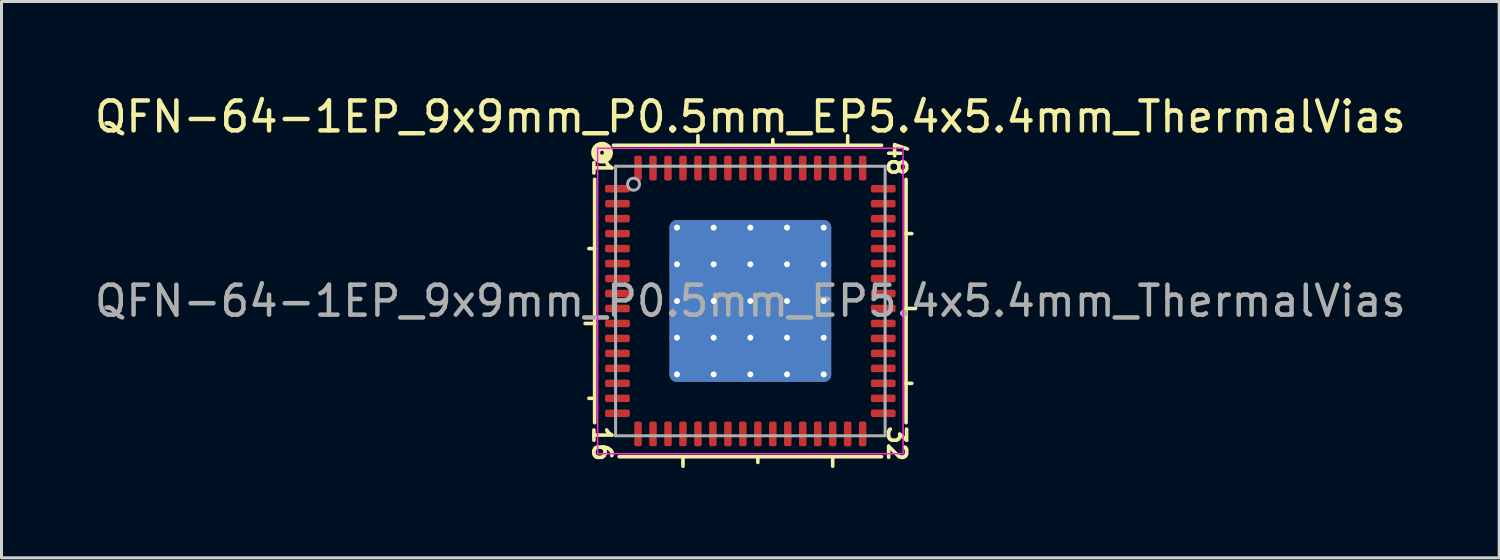
<source format=kicad_pcb>
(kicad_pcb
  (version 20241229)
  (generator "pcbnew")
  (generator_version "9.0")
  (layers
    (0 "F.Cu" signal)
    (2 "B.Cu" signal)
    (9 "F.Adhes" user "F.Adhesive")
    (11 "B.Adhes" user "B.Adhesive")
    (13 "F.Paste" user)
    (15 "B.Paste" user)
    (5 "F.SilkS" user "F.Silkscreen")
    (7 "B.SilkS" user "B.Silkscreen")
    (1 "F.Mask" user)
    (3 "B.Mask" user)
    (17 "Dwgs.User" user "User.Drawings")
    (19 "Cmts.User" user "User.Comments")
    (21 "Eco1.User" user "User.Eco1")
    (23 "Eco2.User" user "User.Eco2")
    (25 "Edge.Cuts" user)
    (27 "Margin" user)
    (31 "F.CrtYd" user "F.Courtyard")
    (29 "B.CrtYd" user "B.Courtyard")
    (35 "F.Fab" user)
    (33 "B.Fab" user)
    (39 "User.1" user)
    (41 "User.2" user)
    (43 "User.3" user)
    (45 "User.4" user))
  (footprint "QFN-64-1EP_9x9mm_P0.5mm_EP5.4x5.4mm_ThermalVias"
    (layer "F.Cu")
    (at 22.006 7.001)
    (property "Reference" "QFN-64-1EP_9x9mm_P0.5mm_EP5.4x5.4mm_ThermalVias" (at 0 -6.152 0) (layer "F.SilkS") (effects (font (size 1 1) (thickness 0.15))))
    (attr smd)
    (fp_line (start -5.2 -4.064) (end -5.2 4.064) (stroke (width 0.12) (type solid)) (layer "F.SilkS"))
    (fp_line (start -5.2 -1.75) (end -5.391 -1.75) (stroke (width 0.12) (type solid)) (layer "F.SilkS"))
    (fp_line (start -5.2 0.75) (end -5.518 0.75) (stroke (width 0.12) (type solid)) (layer "F.SilkS"))
    (fp_line (start -5.2 3.25) (end -5.391 3.25) (stroke (width 0.12) (type solid)) (layer "F.SilkS"))
    (fp_line (start -4.381 5.2) (end 4.381 5.2) (stroke (width 0.12) (type solid)) (layer "F.SilkS"))
    (fp_line (start -2.25 5.2) (end -2.25 5.518) (stroke (width 0.12) (type solid)) (layer "F.SilkS"))
    (fp_line (start -1.75 -5.2) (end -1.75 -5.518) (stroke (width 0.12) (type solid)) (layer "F.SilkS"))
    (fp_line (start 0.25 5.2) (end 0.25 5.391) (stroke (width 0.12) (type solid)) (layer "F.SilkS"))
    (fp_line (start 0.75 -5.2) (end 0.75 -5.391) (stroke (width 0.12) (type solid)) (layer "F.SilkS"))
    (fp_line (start 2.75 5.2) (end 2.75 5.518) (stroke (width 0.12) (type solid)) (layer "F.SilkS"))
    (fp_line (start 3.25 -5.2) (end 3.25 -5.518) (stroke (width 0.12) (type solid)) (layer "F.SilkS"))
    (fp_line (start 4.381 -5.2) (end -4.572 -5.2) (stroke (width 0.12) (type solid)) (layer "F.SilkS"))
    (fp_line (start 5.2 -2.25) (end 5.391 -2.25) (stroke (width 0.12) (type solid)) (layer "F.SilkS"))
    (fp_line (start 5.2 0.25) (end 5.518 0.25) (stroke (width 0.12) (type solid)) (layer "F.SilkS"))
    (fp_line (start 5.2 2.75) (end 5.391 2.75) (stroke (width 0.12) (type solid)) (layer "F.SilkS"))
    (fp_line (start 5.2 4.064) (end 5.2 -4.064) (stroke (width 0.12) (type solid)) (layer "F.SilkS"))
    (fp_circle (center -4.953 -4.953) (end -4.889 -4.953) (stroke (width 0.3) (type solid)) (fill no) (layer "F.SilkS"))
    (fp_line (start -5.1 -5.1) (end -5.1 5.1) (stroke (width 0.05) (type solid)) (layer "F.CrtYd"))
    (fp_line (start -5.1 5.1) (end 5.1 5.1) (stroke (width 0.05) (type solid)) (layer "F.CrtYd"))
    (fp_line (start 5.1 -5.1) (end -5.1 -5.1) (stroke (width 0.05) (type solid)) (layer "F.CrtYd"))
    (fp_line (start 5.1 5.1) (end 5.1 -5.1) (stroke (width 0.05) (type solid)) (layer "F.CrtYd"))
    (fp_line (start -4.5 -4.5) (end 4.5 -4.5) (stroke (width 0.1) (type solid)) (layer "F.Fab"))
    (fp_line (start -4.5 4.5) (end -4.5 -4.5) (stroke (width 0.1) (type solid)) (layer "F.Fab"))
    (fp_line (start 4.5 -4.5) (end 4.5 4.5) (stroke (width 0.1) (type solid)) (layer "F.Fab"))
    (fp_line (start 4.5 4.5) (end -4.5 4.5) (stroke (width 0.1) (type solid)) (layer "F.Fab"))
    (fp_circle (center -3.9 -3.9) (end -3.7 -3.9) (stroke (width 0.1) (type solid)) (fill no) (layer "F.Fab"))
    (fp_text user "48" (at 4.889 -4.763 270) (unlocked yes) (layer "F.SilkS") (effects (font (size 0.6 0.6) (thickness 0.12))))
    (fp_text user "16" (at -4.953 4.763 270) (unlocked yes) (layer "F.SilkS") (effects (font (size 0.6 0.6) (thickness 0.12))))
    (fp_text user "32" (at 4.889 4.763 270) (unlocked yes) (layer "F.SilkS") (effects (font (size 0.6 0.6) (thickness 0.12))))
    (fp_text user "1" (at -4.953 -4.445 270) (unlocked yes) (layer "F.SilkS") (effects (font (size 0.6 0.6) (thickness 0.12))))
    (fp_text user "${REFERENCE}" (at 0 0 0) (layer "F.Fab") (effects (font (size 1 1) (thickness 0.15))))
    (pad "" smd roundrect (at -1.837 -1.837) (size 1.088 1.088) (layers "F.Paste") (roundrect_rratio 0.23))
    (pad "" smd roundrect (at -1.837 -0.613) (size 1.088 1.088) (layers "F.Paste") (roundrect_rratio 0.23))
    (pad "" smd roundrect (at -1.837 0.613) (size 1.088 1.088) (layers "F.Paste") (roundrect_rratio 0.23))
    (pad "" smd roundrect (at -1.837 1.837) (size 1.088 1.088) (layers "F.Paste") (roundrect_rratio 0.23))
    (pad "" smd roundrect (at -0.613 -1.837) (size 1.088 1.088) (layers "F.Paste") (roundrect_rratio 0.23))
    (pad "" smd roundrect (at -0.613 -0.613) (size 1.088 1.088) (layers "F.Paste") (roundrect_rratio 0.23))
    (pad "" smd roundrect (at -0.613 0.613) (size 1.088 1.088) (layers "F.Paste") (roundrect_rratio 0.23))
    (pad "" smd roundrect (at -0.613 1.837) (size 1.088 1.088) (layers "F.Paste") (roundrect_rratio 0.23))
    (pad "" smd roundrect (at 0.613 -1.837) (size 1.088 1.088) (layers "F.Paste") (roundrect_rratio 0.23))
    (pad "" smd roundrect (at 0.613 -0.613) (size 1.088 1.088) (layers "F.Paste") (roundrect_rratio 0.23))
    (pad "" smd roundrect (at 0.613 0.613) (size 1.088 1.088) (layers "F.Paste") (roundrect_rratio 0.23))
    (pad "" smd roundrect (at 0.613 1.837) (size 1.088 1.088) (layers "F.Paste") (roundrect_rratio 0.23))
    (pad "" smd roundrect (at 1.837 -1.837) (size 1.088 1.088) (layers "F.Paste") (roundrect_rratio 0.23))
    (pad "" smd roundrect (at 1.837 -0.613) (size 1.088 1.088) (layers "F.Paste") (roundrect_rratio 0.23))
    (pad "" smd roundrect (at 1.837 0.613) (size 1.088 1.088) (layers "F.Paste") (roundrect_rratio 0.23))
    (pad "" smd roundrect (at 1.837 1.837) (size 1.088 1.088) (layers "F.Paste") (roundrect_rratio 0.23))
    (pad "1" smd roundrect (at -4.438 -3.75) (size 0.825 0.25) (layers "F.Cu" "F.Mask" "F.Paste") (roundrect_rratio 0.25))
    (pad "2" smd roundrect (at -4.438 -3.25) (size 0.825 0.25) (layers "F.Cu" "F.Mask" "F.Paste") (roundrect_rratio 0.25))
    (pad "3" smd roundrect (at -4.438 -2.75) (size 0.825 0.25) (layers "F.Cu" "F.Mask" "F.Paste") (roundrect_rratio 0.25))
    (pad "4" smd roundrect (at -4.438 -2.25) (size 0.825 0.25) (layers "F.Cu" "F.Mask" "F.Paste") (roundrect_rratio 0.25))
    (pad "5" smd roundrect (at -4.438 -1.75) (size 0.825 0.25) (layers "F.Cu" "F.Mask" "F.Paste") (roundrect_rratio 0.25))
    (pad "6" smd roundrect (at -4.438 -1.25) (size 0.825 0.25) (layers "F.Cu" "F.Mask" "F.Paste") (roundrect_rratio 0.25))
    (pad "7" smd roundrect (at -4.438 -0.75) (size 0.825 0.25) (layers "F.Cu" "F.Mask" "F.Paste") (roundrect_rratio 0.25))
    (pad "8" smd roundrect (at -4.438 -0.25) (size 0.825 0.25) (layers "F.Cu" "F.Mask" "F.Paste") (roundrect_rratio 0.25))
    (pad "9" smd roundrect (at -4.438 0.25) (size 0.825 0.25) (layers "F.Cu" "F.Mask" "F.Paste") (roundrect_rratio 0.25))
    (pad "10" smd roundrect (at -4.438 0.75) (size 0.825 0.25) (layers "F.Cu" "F.Mask" "F.Paste") (roundrect_rratio 0.25))
    (pad "11" smd roundrect (at -4.438 1.25) (size 0.825 0.25) (layers "F.Cu" "F.Mask" "F.Paste") (roundrect_rratio 0.25))
    (pad "12" smd roundrect (at -4.438 1.75) (size 0.825 0.25) (layers "F.Cu" "F.Mask" "F.Paste") (roundrect_rratio 0.25))
    (pad "13" smd roundrect (at -4.438 2.25) (size 0.825 0.25) (layers "F.Cu" "F.Mask" "F.Paste") (roundrect_rratio 0.25))
    (pad "14" smd roundrect (at -4.438 2.75) (size 0.825 0.25) (layers "F.Cu" "F.Mask" "F.Paste") (roundrect_rratio 0.25))
    (pad "15" smd roundrect (at -4.438 3.25) (size 0.825 0.25) (layers "F.Cu" "F.Mask" "F.Paste") (roundrect_rratio 0.25))
    (pad "16" smd roundrect (at -4.438 3.75) (size 0.825 0.25) (layers "F.Cu" "F.Mask" "F.Paste") (roundrect_rratio 0.25))
    (pad "17" smd roundrect (at -3.75 4.438) (size 0.25 0.825) (layers "F.Cu" "F.Mask" "F.Paste") (roundrect_rratio 0.25))
    (pad "18" smd roundrect (at -3.25 4.438) (size 0.25 0.825) (layers "F.Cu" "F.Mask" "F.Paste") (roundrect_rratio 0.25))
    (pad "19" smd roundrect (at -2.75 4.438) (size 0.25 0.825) (layers "F.Cu" "F.Mask" "F.Paste") (roundrect_rratio 0.25))
    (pad "20" smd roundrect (at -2.25 4.438) (size 0.25 0.825) (layers "F.Cu" "F.Mask" "F.Paste") (roundrect_rratio 0.25))
    (pad "21" smd roundrect (at -1.75 4.438) (size 0.25 0.825) (layers "F.Cu" "F.Mask" "F.Paste") (roundrect_rratio 0.25))
    (pad "22" smd roundrect (at -1.25 4.438) (size 0.25 0.825) (layers "F.Cu" "F.Mask" "F.Paste") (roundrect_rratio 0.25))
    (pad "23" smd roundrect (at -0.75 4.438) (size 0.25 0.825) (layers "F.Cu" "F.Mask" "F.Paste") (roundrect_rratio 0.25))
    (pad "24" smd roundrect (at -0.25 4.438) (size 0.25 0.825) (layers "F.Cu" "F.Mask" "F.Paste") (roundrect_rratio 0.25))
    (pad "25" smd roundrect (at 0.25 4.438) (size 0.25 0.825) (layers "F.Cu" "F.Mask" "F.Paste") (roundrect_rratio 0.25))
    (pad "26" smd roundrect (at 0.75 4.438) (size 0.25 0.825) (layers "F.Cu" "F.Mask" "F.Paste") (roundrect_rratio 0.25))
    (pad "27" smd roundrect (at 1.25 4.438) (size 0.25 0.825) (layers "F.Cu" "F.Mask" "F.Paste") (roundrect_rratio 0.25))
    (pad "28" smd roundrect (at 1.75 4.438) (size 0.25 0.825) (layers "F.Cu" "F.Mask" "F.Paste") (roundrect_rratio 0.25))
    (pad "29" smd roundrect (at 2.25 4.438) (size 0.25 0.825) (layers "F.Cu" "F.Mask" "F.Paste") (roundrect_rratio 0.25))
    (pad "30" smd roundrect (at 2.75 4.438) (size 0.25 0.825) (layers "F.Cu" "F.Mask" "F.Paste") (roundrect_rratio 0.25))
    (pad "31" smd roundrect (at 3.25 4.438) (size 0.25 0.825) (layers "F.Cu" "F.Mask" "F.Paste") (roundrect_rratio 0.25))
    (pad "32" smd roundrect (at 3.75 4.438) (size 0.25 0.825) (layers "F.Cu" "F.Mask" "F.Paste") (roundrect_rratio 0.25))
    (pad "33" smd roundrect (at 4.438 3.75) (size 0.825 0.25) (layers "F.Cu" "F.Mask" "F.Paste") (roundrect_rratio 0.25))
    (pad "34" smd roundrect (at 4.438 3.25) (size 0.825 0.25) (layers "F.Cu" "F.Mask" "F.Paste") (roundrect_rratio 0.25))
    (pad "35" smd roundrect (at 4.438 2.75) (size 0.825 0.25) (layers "F.Cu" "F.Mask" "F.Paste") (roundrect_rratio 0.25))
    (pad "36" smd roundrect (at 4.438 2.25) (size 0.825 0.25) (layers "F.Cu" "F.Mask" "F.Paste") (roundrect_rratio 0.25))
    (pad "37" smd roundrect (at 4.438 1.75) (size 0.825 0.25) (layers "F.Cu" "F.Mask" "F.Paste") (roundrect_rratio 0.25))
    (pad "38" smd roundrect (at 4.438 1.25) (size 0.825 0.25) (layers "F.Cu" "F.Mask" "F.Paste") (roundrect_rratio 0.25))
    (pad "39" smd roundrect (at 4.438 0.75) (size 0.825 0.25) (layers "F.Cu" "F.Mask" "F.Paste") (roundrect_rratio 0.25))
    (pad "40" smd roundrect (at 4.438 0.25) (size 0.825 0.25) (layers "F.Cu" "F.Mask" "F.Paste") (roundrect_rratio 0.25))
    (pad "41" smd roundrect (at 4.438 -0.25) (size 0.825 0.25) (layers "F.Cu" "F.Mask" "F.Paste") (roundrect_rratio 0.25))
    (pad "42" smd roundrect (at 4.438 -0.75) (size 0.825 0.25) (layers "F.Cu" "F.Mask" "F.Paste") (roundrect_rratio 0.25))
    (pad "43" smd roundrect (at 4.438 -1.25) (size 0.825 0.25) (layers "F.Cu" "F.Mask" "F.Paste") (roundrect_rratio 0.25))
    (pad "44" smd roundrect (at 4.438 -1.75) (size 0.825 0.25) (layers "F.Cu" "F.Mask" "F.Paste") (roundrect_rratio 0.25))
    (pad "45" smd roundrect (at 4.438 -2.25) (size 0.825 0.25) (layers "F.Cu" "F.Mask" "F.Paste") (roundrect_rratio 0.25))
    (pad "46" smd roundrect (at 4.438 -2.75) (size 0.825 0.25) (layers "F.Cu" "F.Mask" "F.Paste") (roundrect_rratio 0.25))
    (pad "47" smd roundrect (at 4.438 -3.25) (size 0.825 0.25) (layers "F.Cu" "F.Mask" "F.Paste") (roundrect_rratio 0.25))
    (pad "48" smd roundrect (at 4.438 -3.75) (size 0.825 0.25) (layers "F.Cu" "F.Mask" "F.Paste") (roundrect_rratio 0.25))
    (pad "49" smd roundrect (at 3.75 -4.438) (size 0.25 0.825) (layers "F.Cu" "F.Mask" "F.Paste") (roundrect_rratio 0.25))
    (pad "50" smd roundrect (at 3.25 -4.438) (size 0.25 0.825) (layers "F.Cu" "F.Mask" "F.Paste") (roundrect_rratio 0.25))
    (pad "51" smd roundrect (at 2.75 -4.438) (size 0.25 0.825) (layers "F.Cu" "F.Mask" "F.Paste") (roundrect_rratio 0.25))
    (pad "52" smd roundrect (at 2.25 -4.438) (size 0.25 0.825) (layers "F.Cu" "F.Mask" "F.Paste") (roundrect_rratio 0.25))
    (pad "53" smd roundrect (at 1.75 -4.438) (size 0.25 0.825) (layers "F.Cu" "F.Mask" "F.Paste") (roundrect_rratio 0.25))
    (pad "54" smd roundrect (at 1.25 -4.438) (size 0.25 0.825) (layers "F.Cu" "F.Mask" "F.Paste") (roundrect_rratio 0.25))
    (pad "55" smd roundrect (at 0.75 -4.438) (size 0.25 0.825) (layers "F.Cu" "F.Mask" "F.Paste") (roundrect_rratio 0.25))
    (pad "56" smd roundrect (at 0.25 -4.438) (size 0.25 0.825) (layers "F.Cu" "F.Mask" "F.Paste") (roundrect_rratio 0.25))
    (pad "57" smd roundrect (at -0.25 -4.438) (size 0.25 0.825) (layers "F.Cu" "F.Mask" "F.Paste") (roundrect_rratio 0.25))
    (pad "58" smd roundrect (at -0.75 -4.438) (size 0.25 0.825) (layers "F.Cu" "F.Mask" "F.Paste") (roundrect_rratio 0.25))
    (pad "59" smd roundrect (at -1.25 -4.438) (size 0.25 0.825) (layers "F.Cu" "F.Mask" "F.Paste") (roundrect_rratio 0.25))
    (pad "60" smd roundrect (at -1.75 -4.438) (size 0.25 0.825) (layers "F.Cu" "F.Mask" "F.Paste") (roundrect_rratio 0.25))
    (pad "61" smd roundrect (at -2.25 -4.438) (size 0.25 0.825) (layers "F.Cu" "F.Mask" "F.Paste") (roundrect_rratio 0.25))
    (pad "62" smd roundrect (at -2.75 -4.438) (size 0.25 0.825) (layers "F.Cu" "F.Mask" "F.Paste") (roundrect_rratio 0.25))
    (pad "63" smd roundrect (at -3.25 -4.438) (size 0.25 0.825) (layers "F.Cu" "F.Mask" "F.Paste") (roundrect_rratio 0.25))
    (pad "64" smd roundrect (at -3.75 -4.438) (size 0.25 0.825) (layers "F.Cu" "F.Mask" "F.Paste") (roundrect_rratio 0.25))
    (pad "65" thru_hole circle (at -2.45 -2.45) (size 0.5 0.5) (drill 0.2) (property pad_prop_heatsink) (layers "*.Cu"))
    (pad "65" thru_hole circle (at -2.45 -1.225) (size 0.5 0.5) (drill 0.2) (property pad_prop_heatsink) (layers "*.Cu"))
    (pad "65" thru_hole circle (at -2.45 0) (size 0.5 0.5) (drill 0.2) (property pad_prop_heatsink) (layers "*.Cu"))
    (pad "65" thru_hole circle (at -2.45 1.225) (size 0.5 0.5) (drill 0.2) (property pad_prop_heatsink) (layers "*.Cu"))
    (pad "65" thru_hole circle (at -2.45 2.45) (size 0.5 0.5) (drill 0.2) (property pad_prop_heatsink) (layers "*.Cu"))
    (pad "65" thru_hole circle (at -1.225 -2.45) (size 0.5 0.5) (drill 0.2) (property pad_prop_heatsink) (layers "*.Cu"))
    (pad "65" thru_hole circle (at -1.225 -1.225) (size 0.5 0.5) (drill 0.2) (property pad_prop_heatsink) (layers "*.Cu"))
    (pad "65" thru_hole circle (at -1.225 0) (size 0.5 0.5) (drill 0.2) (property pad_prop_heatsink) (layers "*.Cu"))
    (pad "65" thru_hole circle (at -1.225 1.225) (size 0.5 0.5) (drill 0.2) (property pad_prop_heatsink) (layers "*.Cu"))
    (pad "65" thru_hole circle (at -1.225 2.45) (size 0.5 0.5) (drill 0.2) (property pad_prop_heatsink) (layers "*.Cu"))
    (pad "65" thru_hole circle (at 0 -2.45) (size 0.5 0.5) (drill 0.2) (property pad_prop_heatsink) (layers "*.Cu"))
    (pad "65" thru_hole circle (at 0 -1.225) (size 0.5 0.5) (drill 0.2) (property pad_prop_heatsink) (layers "*.Cu"))
    (pad "65" thru_hole circle (at 0 0) (size 0.5 0.5) (drill 0.2) (property pad_prop_heatsink) (layers "*.Cu"))
    (pad "65" smd roundrect (at 0 0) (size 5.4 5.4) (layers "F.Cu" "F.Mask") (roundrect_rratio 0.046))
    (pad "65" smd roundrect (at 0 0) (size 5.4 5.4) (layers "B.Cu" "B.Mask") (roundrect_rratio 0.046))
    (pad "65" thru_hole circle (at 0 1.225) (size 0.5 0.5) (drill 0.2) (property pad_prop_heatsink) (layers "*.Cu"))
    (pad "65" thru_hole circle (at 0 2.45) (size 0.5 0.5) (drill 0.2) (property pad_prop_heatsink) (layers "*.Cu"))
    (pad "65" thru_hole circle (at 1.225 -2.45) (size 0.5 0.5) (drill 0.2) (property pad_prop_heatsink) (layers "*.Cu"))
    (pad "65" thru_hole circle (at 1.225 -1.225) (size 0.5 0.5) (drill 0.2) (property pad_prop_heatsink) (layers "*.Cu"))
    (pad "65" thru_hole circle (at 1.225 0) (size 0.5 0.5) (drill 0.2) (property pad_prop_heatsink) (layers "*.Cu"))
    (pad "65" thru_hole circle (at 1.225 1.225) (size 0.5 0.5) (drill 0.2) (property pad_prop_heatsink) (layers "*.Cu"))
    (pad "65" thru_hole circle (at 1.225 2.45) (size 0.5 0.5) (drill 0.2) (property pad_prop_heatsink) (layers "*.Cu"))
    (pad "65" thru_hole circle (at 2.45 -2.45) (size 0.5 0.5) (drill 0.2) (property pad_prop_heatsink) (layers "*.Cu"))
    (pad "65" thru_hole circle (at 2.45 -1.225) (size 0.5 0.5) (drill 0.2) (property pad_prop_heatsink) (layers "*.Cu"))
    (pad "65" thru_hole circle (at 2.45 0) (size 0.5 0.5) (drill 0.2) (property pad_prop_heatsink) (layers "*.Cu"))
    (pad "65" thru_hole circle (at 2.45 1.225) (size 0.5 0.5) (drill 0.2) (property pad_prop_heatsink) (layers "*.Cu"))
    (pad "65" thru_hole circle (at 2.45 2.45) (size 0.5 0.5) (drill 0.2) (property pad_prop_heatsink) (layers "*.Cu")))
  (gr_rect
    (start -3 -3)
    (end 47.012 15.578)
    (stroke (width 0.1) (type default))
    (fill no)
    (layer "Edge.Cuts")))
</source>
